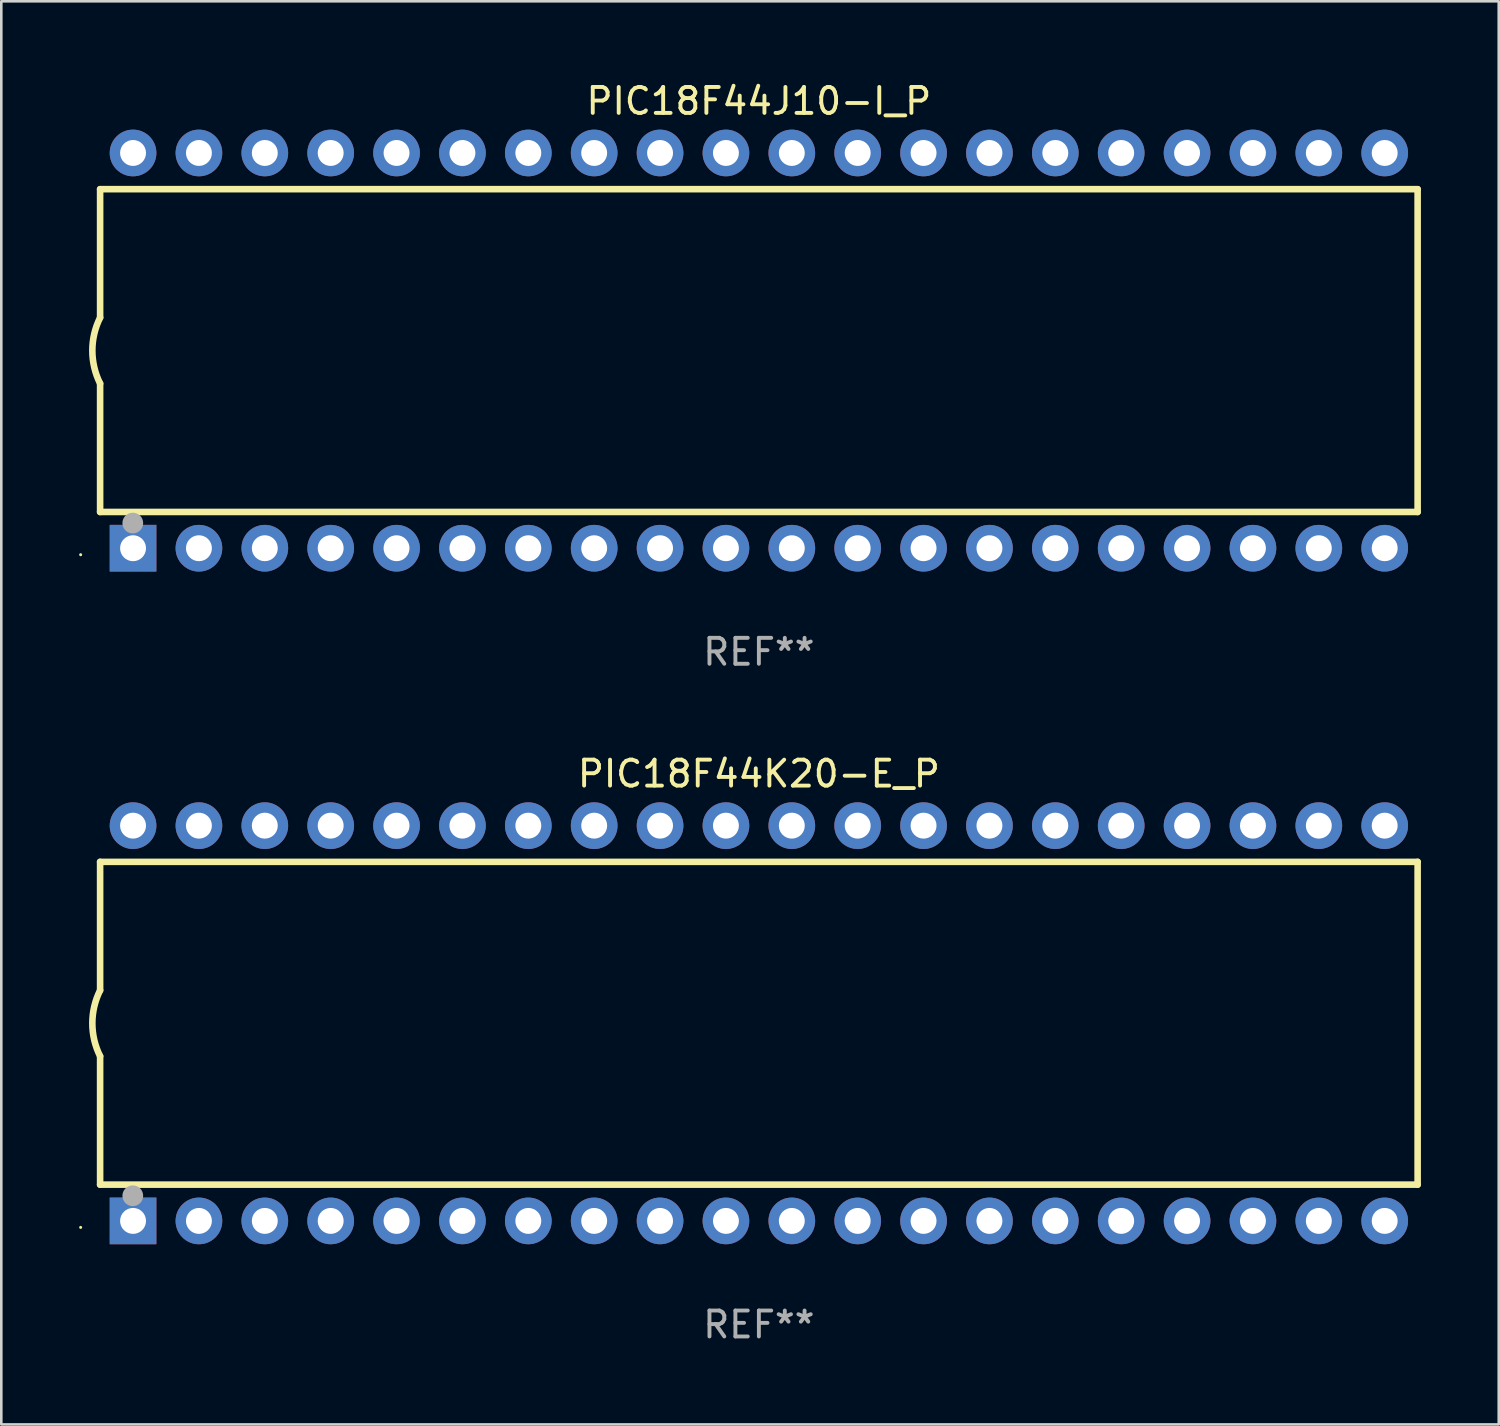
<source format=kicad_pcb>
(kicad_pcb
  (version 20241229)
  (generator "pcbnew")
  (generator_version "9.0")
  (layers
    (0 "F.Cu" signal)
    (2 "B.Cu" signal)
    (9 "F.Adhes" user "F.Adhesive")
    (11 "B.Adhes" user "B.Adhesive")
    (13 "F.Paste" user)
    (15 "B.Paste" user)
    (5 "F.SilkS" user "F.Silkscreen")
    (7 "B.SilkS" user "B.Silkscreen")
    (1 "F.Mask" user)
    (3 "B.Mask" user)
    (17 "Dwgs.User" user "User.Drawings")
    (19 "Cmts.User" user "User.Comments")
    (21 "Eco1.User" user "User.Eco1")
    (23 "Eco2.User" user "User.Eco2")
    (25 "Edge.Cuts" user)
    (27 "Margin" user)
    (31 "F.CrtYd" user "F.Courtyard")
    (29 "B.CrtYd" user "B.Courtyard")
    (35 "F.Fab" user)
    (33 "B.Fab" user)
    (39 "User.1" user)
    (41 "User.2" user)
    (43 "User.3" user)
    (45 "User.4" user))
  (footprint "PIC18F44K20-E_P"
    (layer "F.Cu")
    (at 26.21 36.405)
    (property "Reference" "PIC18F44K20-E_P" (at 0 -9.62 0) (layer "F.SilkS") (effects (font (size 1 1) (thickness 0.15))))
    (attr through_hole)
    (fp_line (start -25.4 -6.224) (end -25.4 -1.271) (stroke (width 0.254) (type solid)) (layer "F.SilkS"))
    (fp_line (start -25.4 -6.224) (end 25.4 -6.224) (stroke (width 0.254) (type solid)) (layer "F.SilkS"))
    (fp_line (start -25.4 1.269) (end -25.4 6.222) (stroke (width 0.254) (type solid)) (layer "F.SilkS"))
    (fp_line (start -25.4 6.222) (end 25.4 6.222) (stroke (width 0.254) (type solid)) (layer "F.SilkS"))
    (fp_line (start 25.4 6.222) (end 25.4 -6.224) (stroke (width 0.254) (type solid)) (layer "F.SilkS"))
    (fp_arc (start -25.4 1.269241) (mid -25.699807 -0.000762) (end -25.4 -1.270765) (stroke (width 0.254001) (type solid)) (layer "F.SilkS"))
    (fp_circle (center -26.15 7.87) (end -26.12 7.87) (stroke (width 0.06) (type solid)) (fill no) (layer "F.SilkS"))
    (fp_circle (center -24.14 6.65) (end -23.94 6.65) (stroke (width 0.4) (type solid)) (fill no) (layer "F.Fab"))
    (fp_text user "REF**" (at 0 11.62 0) (layer "F.Fab") (effects (font (size 1 1) (thickness 0.15))))
    (pad "1" thru_hole rect (at -24.13 7.62 90) (size 1.8 1.8) (drill 1) (layers "*.Cu" "*.Mask"))
    (pad "2" thru_hole circle (at -21.59 7.62) (size 1.8 1.8) (drill 1) (layers "*.Cu" "*.Mask"))
    (pad "3" thru_hole circle (at -19.05 7.62) (size 1.8 1.8) (drill 1) (layers "*.Cu" "*.Mask"))
    (pad "4" thru_hole circle (at -16.51 7.62) (size 1.8 1.8) (drill 1) (layers "*.Cu" "*.Mask"))
    (pad "5" thru_hole circle (at -13.97 7.62) (size 1.8 1.8) (drill 1) (layers "*.Cu" "*.Mask"))
    (pad "6" thru_hole circle (at -11.43 7.62) (size 1.8 1.8) (drill 1) (layers "*.Cu" "*.Mask"))
    (pad "7" thru_hole circle (at -8.89 7.62) (size 1.8 1.8) (drill 1) (layers "*.Cu" "*.Mask"))
    (pad "8" thru_hole circle (at -6.35 7.62) (size 1.8 1.8) (drill 1) (layers "*.Cu" "*.Mask"))
    (pad "9" thru_hole circle (at -3.81 7.62) (size 1.8 1.8) (drill 1) (layers "*.Cu" "*.Mask"))
    (pad "10" thru_hole circle (at -1.27 7.62) (size 1.8 1.8) (drill 1) (layers "*.Cu" "*.Mask"))
    (pad "11" thru_hole circle (at 1.27 7.62) (size 1.8 1.8) (drill 1) (layers "*.Cu" "*.Mask"))
    (pad "12" thru_hole circle (at 3.81 7.62) (size 1.8 1.8) (drill 1) (layers "*.Cu" "*.Mask"))
    (pad "13" thru_hole circle (at 6.35 7.62) (size 1.8 1.8) (drill 1) (layers "*.Cu" "*.Mask"))
    (pad "14" thru_hole circle (at 8.89 7.62) (size 1.8 1.8) (drill 1) (layers "*.Cu" "*.Mask"))
    (pad "15" thru_hole circle (at 11.43 7.62) (size 1.8 1.8) (drill 1) (layers "*.Cu" "*.Mask"))
    (pad "16" thru_hole circle (at 13.97 7.62) (size 1.8 1.8) (drill 1) (layers "*.Cu" "*.Mask"))
    (pad "17" thru_hole circle (at 16.51 7.62) (size 1.8 1.8) (drill 1) (layers "*.Cu" "*.Mask"))
    (pad "18" thru_hole circle (at 19.05 7.62) (size 1.8 1.8) (drill 1) (layers "*.Cu" "*.Mask"))
    (pad "19" thru_hole circle (at 21.59 7.62) (size 1.8 1.8) (drill 1) (layers "*.Cu" "*.Mask"))
    (pad "20" thru_hole circle (at 24.13 7.62) (size 1.8 1.8) (drill 1) (layers "*.Cu" "*.Mask"))
    (pad "21" thru_hole circle (at 24.13 -7.62) (size 1.8 1.8) (drill 1) (layers "*.Cu" "*.Mask"))
    (pad "22" thru_hole circle (at 21.59 -7.62) (size 1.8 1.8) (drill 1) (layers "*.Cu" "*.Mask"))
    (pad "23" thru_hole circle (at 19.05 -7.62) (size 1.8 1.8) (drill 1) (layers "*.Cu" "*.Mask"))
    (pad "24" thru_hole circle (at 16.51 -7.62) (size 1.8 1.8) (drill 1) (layers "*.Cu" "*.Mask"))
    (pad "25" thru_hole circle (at 13.97 -7.62) (size 1.8 1.8) (drill 1) (layers "*.Cu" "*.Mask"))
    (pad "26" thru_hole circle (at 11.43 -7.62) (size 1.8 1.8) (drill 1) (layers "*.Cu" "*.Mask"))
    (pad "27" thru_hole circle (at 8.89 -7.62) (size 1.8 1.8) (drill 1) (layers "*.Cu" "*.Mask"))
    (pad "28" thru_hole circle (at 6.35 -7.62) (size 1.8 1.8) (drill 1) (layers "*.Cu" "*.Mask"))
    (pad "29" thru_hole circle (at 3.81 -7.62) (size 1.8 1.8) (drill 1) (layers "*.Cu" "*.Mask"))
    (pad "30" thru_hole circle (at 1.27 -7.62) (size 1.8 1.8) (drill 1) (layers "*.Cu" "*.Mask"))
    (pad "31" thru_hole circle (at -1.27 -7.62) (size 1.8 1.8) (drill 1) (layers "*.Cu" "*.Mask"))
    (pad "32" thru_hole circle (at -3.81 -7.62) (size 1.8 1.8) (drill 1) (layers "*.Cu" "*.Mask"))
    (pad "33" thru_hole circle (at -6.35 -7.62) (size 1.8 1.8) (drill 1) (layers "*.Cu" "*.Mask"))
    (pad "34" thru_hole circle (at -8.89 -7.62) (size 1.8 1.8) (drill 1) (layers "*.Cu" "*.Mask"))
    (pad "35" thru_hole circle (at -11.43 -7.62) (size 1.8 1.8) (drill 1) (layers "*.Cu" "*.Mask"))
    (pad "36" thru_hole circle (at -13.97 -7.62) (size 1.8 1.8) (drill 1) (layers "*.Cu" "*.Mask"))
    (pad "37" thru_hole circle (at -16.51 -7.62) (size 1.8 1.8) (drill 1) (layers "*.Cu" "*.Mask"))
    (pad "38" thru_hole circle (at -19.05 -7.62) (size 1.8 1.8) (drill 1) (layers "*.Cu" "*.Mask"))
    (pad "39" thru_hole circle (at -21.59 -7.62) (size 1.8 1.8) (drill 1) (layers "*.Cu" "*.Mask"))
    (pad "40" thru_hole circle (at -24.13 -7.62) (size 1.8 1.8) (drill 1) (layers "*.Cu" "*.Mask")))
  (footprint "PIC18F44J10-I_P"
    (layer "F.Cu")
    (at 26.21 10.468)
    (property "Reference" "PIC18F44J10-I_P" (at 0 -9.62 0) (layer "F.SilkS") (effects (font (size 1 1) (thickness 0.15))))
    (attr through_hole)
    (fp_line (start -25.4 -6.224) (end -25.4 -1.271) (stroke (width 0.254) (type solid)) (layer "F.SilkS"))
    (fp_line (start -25.4 -6.224) (end 25.4 -6.224) (stroke (width 0.254) (type solid)) (layer "F.SilkS"))
    (fp_line (start -25.4 1.269) (end -25.4 6.222) (stroke (width 0.254) (type solid)) (layer "F.SilkS"))
    (fp_line (start -25.4 6.222) (end 25.4 6.222) (stroke (width 0.254) (type solid)) (layer "F.SilkS"))
    (fp_line (start 25.4 6.222) (end 25.4 -6.224) (stroke (width 0.254) (type solid)) (layer "F.SilkS"))
    (fp_arc (start -25.4 1.269241) (mid -25.699807 -0.000762) (end -25.4 -1.270765) (stroke (width 0.254001) (type solid)) (layer "F.SilkS"))
    (fp_circle (center -26.15 7.87) (end -26.12 7.87) (stroke (width 0.06) (type solid)) (fill no) (layer "F.SilkS"))
    (fp_circle (center -24.14 6.65) (end -23.94 6.65) (stroke (width 0.4) (type solid)) (fill no) (layer "F.Fab"))
    (fp_text user "REF**" (at 0 11.62 0) (layer "F.Fab") (effects (font (size 1 1) (thickness 0.15))))
    (pad "1" thru_hole rect (at -24.13 7.62 90) (size 1.8 1.8) (drill 1) (layers "*.Cu" "*.Mask"))
    (pad "2" thru_hole circle (at -21.59 7.62) (size 1.8 1.8) (drill 1) (layers "*.Cu" "*.Mask"))
    (pad "3" thru_hole circle (at -19.05 7.62) (size 1.8 1.8) (drill 1) (layers "*.Cu" "*.Mask"))
    (pad "4" thru_hole circle (at -16.51 7.62) (size 1.8 1.8) (drill 1) (layers "*.Cu" "*.Mask"))
    (pad "5" thru_hole circle (at -13.97 7.62) (size 1.8 1.8) (drill 1) (layers "*.Cu" "*.Mask"))
    (pad "6" thru_hole circle (at -11.43 7.62) (size 1.8 1.8) (drill 1) (layers "*.Cu" "*.Mask"))
    (pad "7" thru_hole circle (at -8.89 7.62) (size 1.8 1.8) (drill 1) (layers "*.Cu" "*.Mask"))
    (pad "8" thru_hole circle (at -6.35 7.62) (size 1.8 1.8) (drill 1) (layers "*.Cu" "*.Mask"))
    (pad "9" thru_hole circle (at -3.81 7.62) (size 1.8 1.8) (drill 1) (layers "*.Cu" "*.Mask"))
    (pad "10" thru_hole circle (at -1.27 7.62) (size 1.8 1.8) (drill 1) (layers "*.Cu" "*.Mask"))
    (pad "11" thru_hole circle (at 1.27 7.62) (size 1.8 1.8) (drill 1) (layers "*.Cu" "*.Mask"))
    (pad "12" thru_hole circle (at 3.81 7.62) (size 1.8 1.8) (drill 1) (layers "*.Cu" "*.Mask"))
    (pad "13" thru_hole circle (at 6.35 7.62) (size 1.8 1.8) (drill 1) (layers "*.Cu" "*.Mask"))
    (pad "14" thru_hole circle (at 8.89 7.62) (size 1.8 1.8) (drill 1) (layers "*.Cu" "*.Mask"))
    (pad "15" thru_hole circle (at 11.43 7.62) (size 1.8 1.8) (drill 1) (layers "*.Cu" "*.Mask"))
    (pad "16" thru_hole circle (at 13.97 7.62) (size 1.8 1.8) (drill 1) (layers "*.Cu" "*.Mask"))
    (pad "17" thru_hole circle (at 16.51 7.62) (size 1.8 1.8) (drill 1) (layers "*.Cu" "*.Mask"))
    (pad "18" thru_hole circle (at 19.05 7.62) (size 1.8 1.8) (drill 1) (layers "*.Cu" "*.Mask"))
    (pad "19" thru_hole circle (at 21.59 7.62) (size 1.8 1.8) (drill 1) (layers "*.Cu" "*.Mask"))
    (pad "20" thru_hole circle (at 24.13 7.62) (size 1.8 1.8) (drill 1) (layers "*.Cu" "*.Mask"))
    (pad "21" thru_hole circle (at 24.13 -7.62) (size 1.8 1.8) (drill 1) (layers "*.Cu" "*.Mask"))
    (pad "22" thru_hole circle (at 21.59 -7.62) (size 1.8 1.8) (drill 1) (layers "*.Cu" "*.Mask"))
    (pad "23" thru_hole circle (at 19.05 -7.62) (size 1.8 1.8) (drill 1) (layers "*.Cu" "*.Mask"))
    (pad "24" thru_hole circle (at 16.51 -7.62) (size 1.8 1.8) (drill 1) (layers "*.Cu" "*.Mask"))
    (pad "25" thru_hole circle (at 13.97 -7.62) (size 1.8 1.8) (drill 1) (layers "*.Cu" "*.Mask"))
    (pad "26" thru_hole circle (at 11.43 -7.62) (size 1.8 1.8) (drill 1) (layers "*.Cu" "*.Mask"))
    (pad "27" thru_hole circle (at 8.89 -7.62) (size 1.8 1.8) (drill 1) (layers "*.Cu" "*.Mask"))
    (pad "28" thru_hole circle (at 6.35 -7.62) (size 1.8 1.8) (drill 1) (layers "*.Cu" "*.Mask"))
    (pad "29" thru_hole circle (at 3.81 -7.62) (size 1.8 1.8) (drill 1) (layers "*.Cu" "*.Mask"))
    (pad "30" thru_hole circle (at 1.27 -7.62) (size 1.8 1.8) (drill 1) (layers "*.Cu" "*.Mask"))
    (pad "31" thru_hole circle (at -1.27 -7.62) (size 1.8 1.8) (drill 1) (layers "*.Cu" "*.Mask"))
    (pad "32" thru_hole circle (at -3.81 -7.62) (size 1.8 1.8) (drill 1) (layers "*.Cu" "*.Mask"))
    (pad "33" thru_hole circle (at -6.35 -7.62) (size 1.8 1.8) (drill 1) (layers "*.Cu" "*.Mask"))
    (pad "34" thru_hole circle (at -8.89 -7.62) (size 1.8 1.8) (drill 1) (layers "*.Cu" "*.Mask"))
    (pad "35" thru_hole circle (at -11.43 -7.62) (size 1.8 1.8) (drill 1) (layers "*.Cu" "*.Mask"))
    (pad "36" thru_hole circle (at -13.97 -7.62) (size 1.8 1.8) (drill 1) (layers "*.Cu" "*.Mask"))
    (pad "37" thru_hole circle (at -16.51 -7.62) (size 1.8 1.8) (drill 1) (layers "*.Cu" "*.Mask"))
    (pad "38" thru_hole circle (at -19.05 -7.62) (size 1.8 1.8) (drill 1) (layers "*.Cu" "*.Mask"))
    (pad "39" thru_hole circle (at -21.59 -7.62) (size 1.8 1.8) (drill 1) (layers "*.Cu" "*.Mask"))
    (pad "40" thru_hole circle (at -24.13 -7.62) (size 1.8 1.8) (drill 1) (layers "*.Cu" "*.Mask")))
  (gr_rect
    (start -3 -3)
    (end 54.737 51.873)
    (stroke (width 0.1) (type default))
    (fill no)
    (layer "Edge.Cuts")))
</source>
